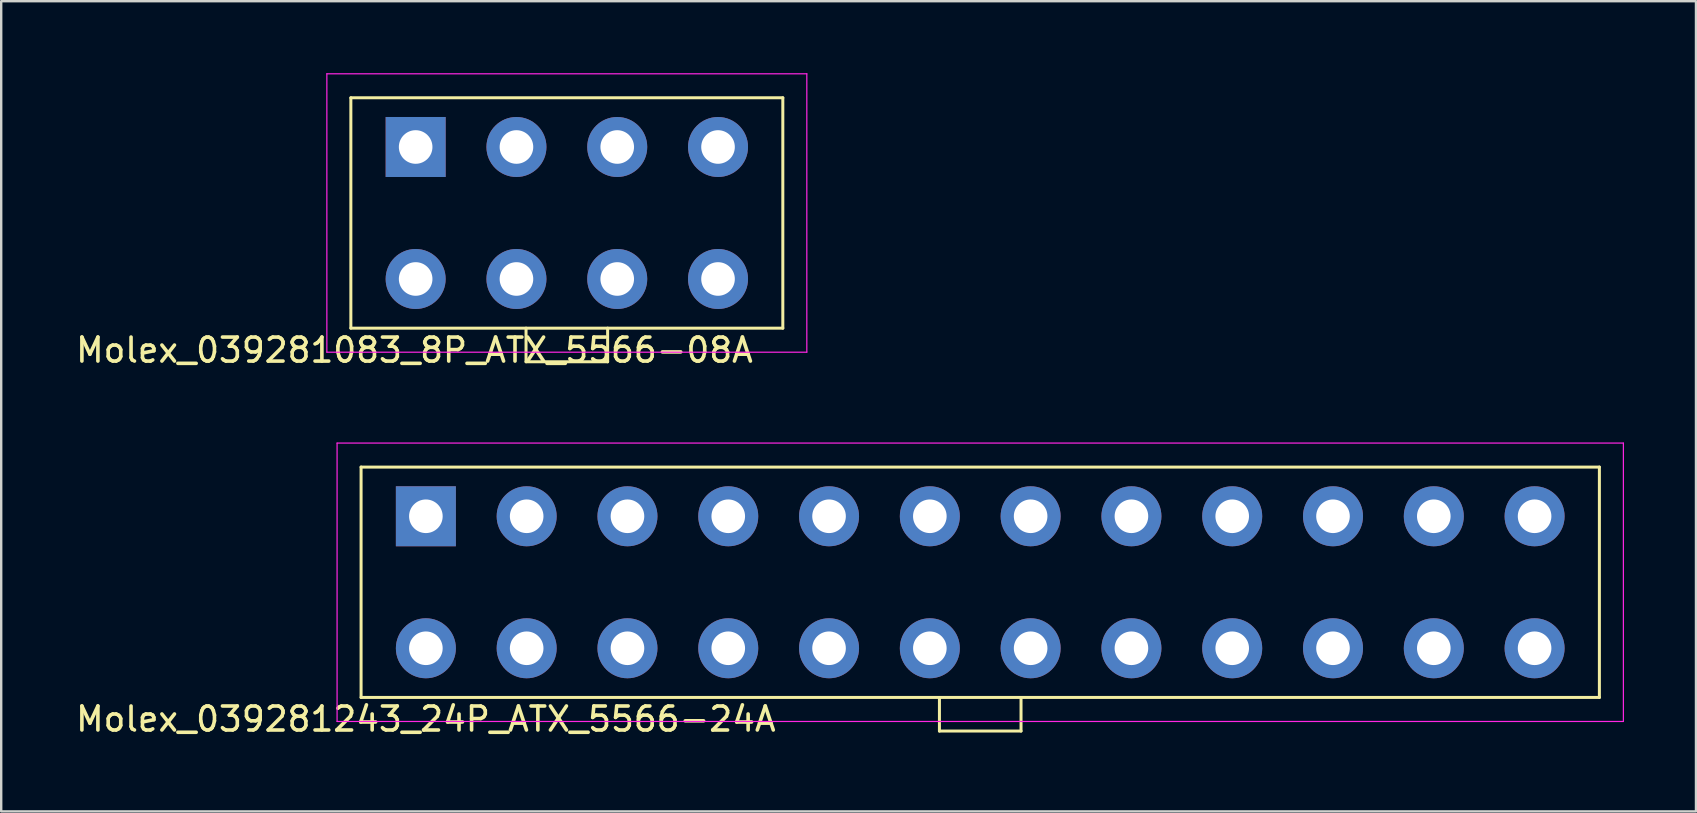
<source format=kicad_pcb>
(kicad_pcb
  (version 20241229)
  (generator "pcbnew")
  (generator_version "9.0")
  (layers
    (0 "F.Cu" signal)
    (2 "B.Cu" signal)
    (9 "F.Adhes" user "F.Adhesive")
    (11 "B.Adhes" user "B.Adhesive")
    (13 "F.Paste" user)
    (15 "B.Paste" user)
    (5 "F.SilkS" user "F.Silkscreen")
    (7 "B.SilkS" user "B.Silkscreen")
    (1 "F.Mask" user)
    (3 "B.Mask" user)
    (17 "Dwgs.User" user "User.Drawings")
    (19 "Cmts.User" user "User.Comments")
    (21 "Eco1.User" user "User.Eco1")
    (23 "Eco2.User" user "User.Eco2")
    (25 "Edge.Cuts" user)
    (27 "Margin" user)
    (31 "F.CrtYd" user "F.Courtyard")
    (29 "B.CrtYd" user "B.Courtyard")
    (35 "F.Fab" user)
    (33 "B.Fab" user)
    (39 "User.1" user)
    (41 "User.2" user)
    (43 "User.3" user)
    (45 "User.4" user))
  (footprint "Molex_039281243_24P_ATX_5566-24A"
    (layer "F.Cu")
    (at 37.796 21.213)
    (property "Reference" "Molex_039281243_24P_ATX_5566-24A" (at -23.1 5.7 0) (layer "F.SilkS") (effects (font (size 1 1) (thickness 0.15))))
    (attr through_hole)
    (fp_line (start -25.8 4.8) (end -25.8 -4.8) (stroke (width 0.125) (type solid)) (layer "F.SilkS"))
    (fp_line (start -25.8 4.8) (end 25.8 4.8) (stroke (width 0.125) (type solid)) (layer "F.SilkS"))
    (fp_line (start -1.7 4.8) (end -1.7 6.2) (stroke (width 0.125) (type solid)) (layer "F.SilkS"))
    (fp_line (start -1.7 6.2) (end 1.7 6.2) (stroke (width 0.125) (type solid)) (layer "F.SilkS"))
    (fp_line (start 1.7 6.2) (end 1.7 4.8) (stroke (width 0.125) (type solid)) (layer "F.SilkS"))
    (fp_line (start 25.8 -4.8) (end -25.8 -4.8) (stroke (width 0.125) (type solid)) (layer "F.SilkS"))
    (fp_line (start 25.8 4.8) (end 25.8 -4.8) (stroke (width 0.125) (type solid)) (layer "F.SilkS"))
    (fp_line (start -26.8 -5.8) (end 26.8 -5.8) (stroke (width 0.05) (type solid)) (layer "F.CrtYd"))
    (fp_line (start -26.8 5.8) (end -26.8 -5.8) (stroke (width 0.05) (type solid)) (layer "F.CrtYd"))
    (fp_line (start 26.8 -5.8) (end 26.8 5.8) (stroke (width 0.05) (type solid)) (layer "F.CrtYd"))
    (fp_line (start 26.8 5.8) (end -26.8 5.8) (stroke (width 0.05) (type solid)) (layer "F.CrtYd"))
    (pad "1" thru_hole rect (at -23.1 -2.75) (size 2.5 2.5) (drill 1.4) (layers "*.Cu" "*.Mask"))
    (pad "2" thru_hole circle (at -18.9 -2.75) (size 2.5 2.5) (drill 1.4) (layers "*.Cu" "*.Mask"))
    (pad "3" thru_hole circle (at -14.7 -2.75) (size 2.5 2.5) (drill 1.4) (layers "*.Cu" "*.Mask"))
    (pad "4" thru_hole circle (at -10.5 -2.75) (size 2.5 2.5) (drill 1.4) (layers "*.Cu" "*.Mask"))
    (pad "5" thru_hole circle (at -6.3 -2.75) (size 2.5 2.5) (drill 1.4) (layers "*.Cu" "*.Mask"))
    (pad "6" thru_hole circle (at -2.1 -2.75) (size 2.5 2.5) (drill 1.4) (layers "*.Cu" "*.Mask"))
    (pad "7" thru_hole circle (at 2.1 -2.75) (size 2.5 2.5) (drill 1.4) (layers "*.Cu" "*.Mask"))
    (pad "8" thru_hole circle (at 6.3 -2.75) (size 2.5 2.5) (drill 1.4) (layers "*.Cu" "*.Mask"))
    (pad "9" thru_hole circle (at 10.5 -2.75) (size 2.5 2.5) (drill 1.4) (layers "*.Cu" "*.Mask"))
    (pad "10" thru_hole circle (at 14.7 -2.75) (size 2.5 2.5) (drill 1.4) (layers "*.Cu" "*.Mask"))
    (pad "11" thru_hole circle (at 18.9 -2.75) (size 2.5 2.5) (drill 1.4) (layers "*.Cu" "*.Mask"))
    (pad "12" thru_hole circle (at 23.1 -2.75) (size 2.5 2.5) (drill 1.4) (layers "*.Cu" "*.Mask"))
    (pad "13" thru_hole circle (at -23.1 2.75) (size 2.5 2.5) (drill 1.4) (layers "*.Cu" "*.Mask"))
    (pad "14" thru_hole circle (at -18.9 2.75) (size 2.5 2.5) (drill 1.4) (layers "*.Cu" "*.Mask"))
    (pad "15" thru_hole circle (at -14.7 2.75) (size 2.5 2.5) (drill 1.4) (layers "*.Cu" "*.Mask"))
    (pad "16" thru_hole circle (at -10.5 2.75) (size 2.5 2.5) (drill 1.4) (layers "*.Cu" "*.Mask"))
    (pad "17" thru_hole circle (at -6.3 2.75) (size 2.5 2.5) (drill 1.4) (layers "*.Cu" "*.Mask"))
    (pad "18" thru_hole circle (at -2.1 2.75) (size 2.5 2.5) (drill 1.4) (layers "*.Cu" "*.Mask"))
    (pad "19" thru_hole circle (at 2.1 2.75) (size 2.5 2.5) (drill 1.4) (layers "*.Cu" "*.Mask"))
    (pad "20" thru_hole circle (at 6.3 2.75) (size 2.5 2.5) (drill 1.4) (layers "*.Cu" "*.Mask"))
    (pad "21" thru_hole circle (at 10.5 2.75) (size 2.5 2.5) (drill 1.4) (layers "*.Cu" "*.Mask"))
    (pad "22" thru_hole circle (at 14.7 2.75) (size 2.5 2.5) (drill 1.4) (layers "*.Cu" "*.Mask"))
    (pad "23" thru_hole circle (at 18.9 2.75) (size 2.5 2.5) (drill 1.4) (layers "*.Cu" "*.Mask"))
    (pad "24" thru_hole circle (at 23.1 2.75) (size 2.5 2.5) (drill 1.4) (layers "*.Cu" "*.Mask")))
  (footprint "Molex_039281083_8P_ATX_5566-08A"
    (layer "F.Cu")
    (at 20.57 5.825)
    (property "Reference" "Molex_039281083_8P_ATX_5566-08A" (at -6.35 5.715 0) (layer "F.SilkS") (effects (font (size 1 1) (thickness 0.15))))
    (attr through_hole)
    (fp_line (start -9 4.8) (end -9 -4.8) (stroke (width 0.125) (type solid)) (layer "F.SilkS"))
    (fp_line (start -9 4.8) (end 9 4.8) (stroke (width 0.125) (type solid)) (layer "F.SilkS"))
    (fp_line (start -1.7 4.8) (end -1.7 6.2) (stroke (width 0.125) (type solid)) (layer "F.SilkS"))
    (fp_line (start -1.7 6.2) (end 1.7 6.2) (stroke (width 0.125) (type solid)) (layer "F.SilkS"))
    (fp_line (start 1.7 6.2) (end 1.7 4.8) (stroke (width 0.125) (type solid)) (layer "F.SilkS"))
    (fp_line (start 9 -4.8) (end -9 -4.8) (stroke (width 0.125) (type solid)) (layer "F.SilkS"))
    (fp_line (start 9 4.8) (end 9 -4.8) (stroke (width 0.125) (type solid)) (layer "F.SilkS"))
    (fp_line (start -10 -5.8) (end 10 -5.8) (stroke (width 0.05) (type solid)) (layer "F.CrtYd"))
    (fp_line (start -10 5.8) (end -10 -5.8) (stroke (width 0.05) (type solid)) (layer "F.CrtYd"))
    (fp_line (start 10 -5.8) (end 10 5.8) (stroke (width 0.05) (type solid)) (layer "F.CrtYd"))
    (fp_line (start 10 5.8) (end -10 5.8) (stroke (width 0.05) (type solid)) (layer "F.CrtYd"))
    (pad "1" thru_hole rect (at -6.3 -2.75) (size 2.5 2.5) (drill 1.4) (layers "*.Cu" "*.Mask"))
    (pad "2" thru_hole circle (at -2.1 -2.75) (size 2.5 2.5) (drill 1.4) (layers "*.Cu" "*.Mask"))
    (pad "3" thru_hole circle (at 2.1 -2.75) (size 2.5 2.5) (drill 1.4) (layers "*.Cu" "*.Mask"))
    (pad "4" thru_hole circle (at 6.3 -2.75) (size 2.5 2.5) (drill 1.4) (layers "*.Cu" "*.Mask"))
    (pad "5" thru_hole circle (at -6.3 2.75) (size 2.5 2.5) (drill 1.4) (layers "*.Cu" "*.Mask"))
    (pad "6" thru_hole circle (at -2.1 2.75) (size 2.5 2.5) (drill 1.4) (layers "*.Cu" "*.Mask"))
    (pad "7" thru_hole circle (at 2.1 2.75) (size 2.5 2.5) (drill 1.4) (layers "*.Cu" "*.Mask"))
    (pad "8" thru_hole circle (at 6.3 2.75) (size 2.5 2.5) (drill 1.4) (layers "*.Cu" "*.Mask")))
  (gr_rect
    (start -3 -3)
    (end 67.621 30.762)
    (stroke (width 0.1) (type default))
    (fill no)
    (layer "Edge.Cuts")))
</source>
